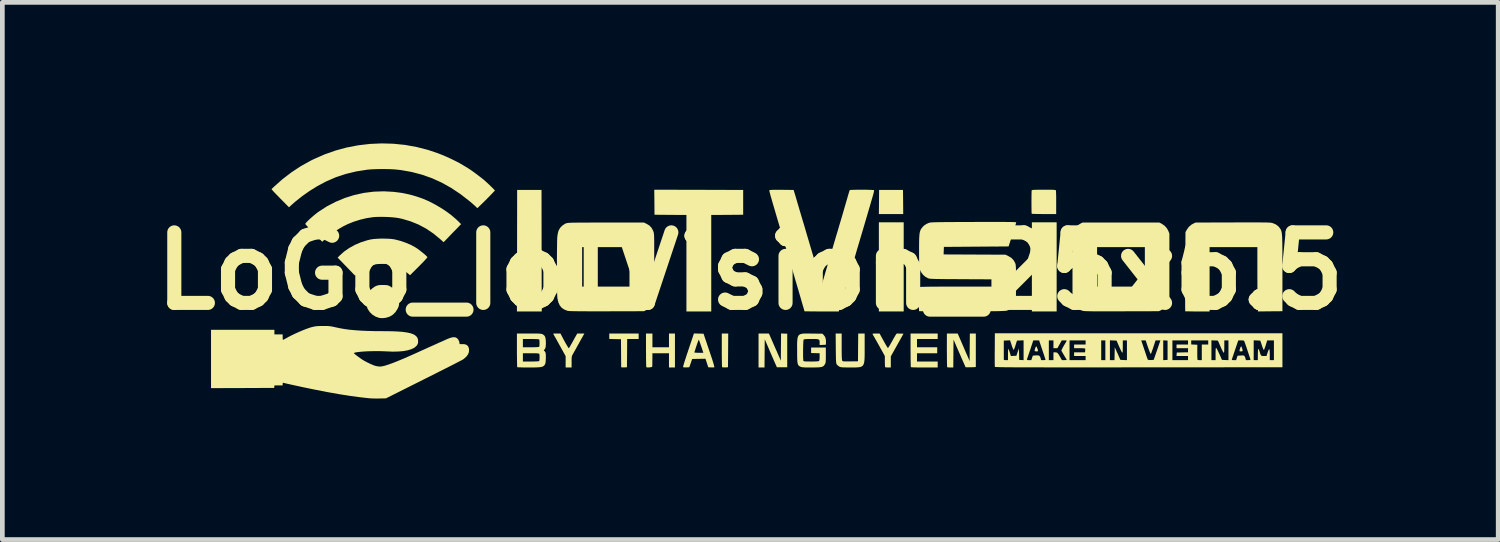
<source format=kicad_pcb>
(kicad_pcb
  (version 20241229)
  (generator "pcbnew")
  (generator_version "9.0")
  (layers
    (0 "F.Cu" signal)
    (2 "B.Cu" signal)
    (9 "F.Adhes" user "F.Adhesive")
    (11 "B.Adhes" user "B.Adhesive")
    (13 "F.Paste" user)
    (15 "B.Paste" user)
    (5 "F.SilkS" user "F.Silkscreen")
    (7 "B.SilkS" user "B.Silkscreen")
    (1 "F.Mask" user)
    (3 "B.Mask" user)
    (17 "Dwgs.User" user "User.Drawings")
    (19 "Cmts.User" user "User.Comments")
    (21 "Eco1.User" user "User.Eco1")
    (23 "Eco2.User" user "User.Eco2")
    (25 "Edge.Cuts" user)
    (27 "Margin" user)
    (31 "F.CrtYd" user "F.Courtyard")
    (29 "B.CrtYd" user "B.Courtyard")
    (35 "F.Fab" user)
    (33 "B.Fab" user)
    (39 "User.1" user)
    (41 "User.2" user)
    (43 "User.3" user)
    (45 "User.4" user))
  (footprint "LoGo_IoTVision_25x6.5"
    (layer "F.Cu")
    (at 12.907 2.714)
    (property "Reference" "LoGo_IoTVision_25x6.5" (at 0 0 0) (layer "F.SilkS") (effects (font (size 1.5 1.5) (thickness 0.3))))
    (attr board_only exclude_from_pos_files exclude_from_bom)
    (fp_poly (pts (xy -4.438 -0.432) (xy -4.435 0.86) (xy -4.699 0.86) (xy -4.963 0.86) (xy -4.96 -0.432) (xy -4.958 -1.724) (xy -4.699 -1.724) (xy -4.44 -1.724)) (stroke (width 0) (type solid)) (fill yes) (layer "F.SilkS"))
    (fp_poly (pts (xy 3.251 -1.468) (xy 3.253 -1.211) (xy 2.994 -1.211) (xy 2.735 -1.211) (xy 2.738 -1.468) (xy 2.74 -1.724) (xy 2.994 -1.724) (xy 3.248 -1.724)) (stroke (width 0) (type solid)) (fill yes) (layer "F.SilkS"))
    (fp_poly (pts (xy 3.263 -0.088) (xy 3.263 0.86) (xy 2.999 0.86) (xy 2.735 0.86) (xy 2.735 -0.088) (xy 2.735 -1.036) (xy 2.999 -1.036) (xy 3.263 -1.036)) (stroke (width 0) (type solid)) (fill yes) (layer "F.SilkS"))
    (fp_poly (pts (xy 6.516 -0.088) (xy 6.516 0.86) (xy 6.252 0.86) (xy 5.989 0.86) (xy 5.989 -0.088) (xy 5.989 -1.036) (xy 6.252 -1.036) (xy 6.516 -1.036)) (stroke (width 0) (type solid)) (fill yes) (layer "F.SilkS"))
    (fp_poly (pts (xy -1.097 -1.727) (xy -0.151 -1.724) (xy -0.151 -1.46) (xy -0.151 -1.197) (xy -0.491 -1.194) (xy -0.83 -1.192) (xy -0.83 -0.166) (xy -0.83 0.86) (xy -1.094 0.86) (xy -1.358 0.86) (xy -1.358 -0.166) (xy -1.358 -1.192) (xy -1.697 -1.194) (xy -2.037 -1.197) (xy -2.039 -1.463) (xy -2.042 -1.729)) (stroke (width 0) (type solid)) (fill yes) (layer "F.SilkS"))
    (fp_poly (pts (xy -0.471 1.688) (xy -0.474 2.047) (xy -0.533 2.05) (xy -0.565 2.05) (xy -0.589 2.048) (xy -0.599 2.045) (xy -0.6 2.034) (xy -0.602 2.006) (xy -0.603 1.963) (xy -0.604 1.906) (xy -0.605 1.839) (xy -0.606 1.764) (xy -0.606 1.684) (xy -0.606 1.329) (xy -0.537 1.329) (xy -0.469 1.329)) (stroke (width 0) (type solid)) (fill yes) (layer "F.SilkS"))
    (fp_poly (pts (xy 6.09 1.611) (xy 6.1 1.631) (xy 6.11 1.658) (xy 6.117 1.683) (xy 6.119 1.701) (xy 6.118 1.704) (xy 6.104 1.709) (xy 6.083 1.71) (xy 6.061 1.707) (xy 6.048 1.702) (xy 6.047 1.7) (xy 6.05 1.678) (xy 6.057 1.651) (xy 6.067 1.625) (xy 6.076 1.607) (xy 6.082 1.602)) (stroke (width 0) (type solid)) (fill yes) (layer "F.SilkS"))
    (fp_poly (pts (xy 10.449 1.611) (xy 10.457 1.632) (xy 10.465 1.658) (xy 10.471 1.684) (xy 10.473 1.699) (xy 10.464 1.706) (xy 10.443 1.709) (xy 10.437 1.71) (xy 10.414 1.708) (xy 10.405 1.702) (xy 10.407 1.686) (xy 10.407 1.683) (xy 10.416 1.648) (xy 10.427 1.62) (xy 10.438 1.604) (xy 10.442 1.602)) (stroke (width 0) (type solid)) (fill yes) (layer "F.SilkS"))
    (fp_poly (pts (xy -2.374 1.387) (xy -2.374 1.446) (xy -2.496 1.446) (xy -2.618 1.446) (xy -2.62 1.746) (xy -2.623 2.047) (xy -2.684 2.05) (xy -2.716 2.05) (xy -2.738 2.048) (xy -2.745 2.045) (xy -2.746 2.033) (xy -2.746 2.005) (xy -2.746 1.962) (xy -2.747 1.907) (xy -2.747 1.842) (xy -2.748 1.77) (xy -2.748 1.744) (xy -2.75 1.451) (xy -2.875 1.448) (xy -2.999 1.445) (xy -2.999 1.387) (xy -2.999 1.329) (xy -2.687 1.329) (xy -2.374 1.329)) (stroke (width 0) (type solid)) (fill yes) (layer "F.SilkS"))
    (fp_poly (pts (xy 0.721 1.331) (xy 0.786 1.333) (xy 0.786 1.69) (xy 0.786 2.047) (xy 0.676 2.047) (xy 0.566 2.047) (xy 0.527 1.959) (xy 0.511 1.923) (xy 0.49 1.874) (xy 0.464 1.815) (xy 0.436 1.75) (xy 0.407 1.684) (xy 0.398 1.661) (xy 0.308 1.452) (xy 0.305 1.752) (xy 0.303 2.052) (xy 0.239 2.052) (xy 0.176 2.052) (xy 0.176 1.69) (xy 0.176 1.329) (xy 0.286 1.329) (xy 0.396 1.329) (xy 0.466 1.487) (xy 0.494 1.552) (xy 0.525 1.623) (xy 0.556 1.692) (xy 0.583 1.754) (xy 0.593 1.777) (xy 0.65 1.907) (xy 0.652 1.617) (xy 0.655 1.328)) (stroke (width 0) (type solid)) (fill yes) (layer "F.SilkS"))
    (fp_poly (pts (xy 3.986 1.387) (xy 3.986 1.446) (xy 3.766 1.446) (xy 3.546 1.446) (xy 3.546 1.534) (xy 3.546 1.622) (xy 3.761 1.622) (xy 3.976 1.622) (xy 3.976 1.685) (xy 3.976 1.749) (xy 3.761 1.749) (xy 3.546 1.749) (xy 3.546 1.837) (xy 3.546 1.925) (xy 3.766 1.925) (xy 3.986 1.925) (xy 3.986 1.988) (xy 3.986 2.052) (xy 3.704 2.052) (xy 3.632 2.051) (xy 3.566 2.051) (xy 3.509 2.05) (xy 3.463 2.049) (xy 3.432 2.047) (xy 3.417 2.045) (xy 3.416 2.045) (xy 3.414 2.034) (xy 3.413 2.006) (xy 3.412 1.962) (xy 3.411 1.906) (xy 3.41 1.839) (xy 3.41 1.764) (xy 3.409 1.684) (xy 3.409 1.329) (xy 3.698 1.329) (xy 3.986 1.329)) (stroke (width 0) (type solid)) (fill yes) (layer "F.SilkS"))
    (fp_poly (pts (xy -2.081 1.475) (xy -2.081 1.622) (xy -1.905 1.622) (xy -1.729 1.622) (xy -1.729 1.475) (xy -1.729 1.329) (xy -1.666 1.329) (xy -1.602 1.329) (xy -1.602 1.69) (xy -1.602 2.052) (xy -1.666 2.052) (xy -1.729 2.052) (xy -1.729 1.9) (xy -1.729 1.749) (xy -1.905 1.749) (xy -2.081 1.749) (xy -2.082 1.885) (xy -2.083 1.936) (xy -2.083 1.98) (xy -2.084 2.013) (xy -2.084 2.032) (xy -2.085 2.034) (xy -2.094 2.041) (xy -2.116 2.046) (xy -2.146 2.05) (xy -2.176 2.051) (xy -2.2 2.049) (xy -2.211 2.045) (xy -2.212 2.034) (xy -2.214 2.006) (xy -2.215 1.963) (xy -2.216 1.906) (xy -2.217 1.839) (xy -2.217 1.764) (xy -2.218 1.684) (xy -2.218 1.329) (xy -2.149 1.329) (xy -2.081 1.329)) (stroke (width 0) (type solid)) (fill yes) (layer "F.SilkS"))
    (fp_poly (pts (xy 6.32 -1.729) (xy 6.38 -1.729) (xy 6.425 -1.728) (xy 6.458 -1.726) (xy 6.479 -1.724) (xy 6.492 -1.721) (xy 6.499 -1.717) (xy 6.5 -1.714) (xy 6.502 -1.7) (xy 6.503 -1.67) (xy 6.505 -1.625) (xy 6.506 -1.57) (xy 6.506 -1.507) (xy 6.506 -1.455) (xy 6.506 -1.211) (xy 6.248 -1.211) (xy 6.179 -1.212) (xy 6.117 -1.212) (xy 6.063 -1.214) (xy 6.022 -1.215) (xy 5.995 -1.217) (xy 5.985 -1.219) (xy 5.984 -1.231) (xy 5.982 -1.259) (xy 5.982 -1.3) (xy 5.981 -1.351) (xy 5.981 -1.408) (xy 5.98 -1.469) (xy 5.981 -1.529) (xy 5.981 -1.586) (xy 5.982 -1.637) (xy 5.983 -1.677) (xy 5.984 -1.705) (xy 5.985 -1.716) (xy 5.99 -1.72) (xy 6.002 -1.723) (xy 6.024 -1.726) (xy 6.056 -1.727) (xy 6.102 -1.728) (xy 6.164 -1.729) (xy 6.243 -1.729)) (stroke (width 0) (type solid)) (fill yes) (layer "F.SilkS"))
    (fp_poly (pts (xy -7.768 0.298) (xy -7.734 0.3) (xy -7.708 0.305) (xy -7.685 0.313) (xy -7.66 0.326) (xy -7.596 0.37) (xy -7.54 0.428) (xy -7.497 0.495) (xy -7.496 0.496) (xy -7.483 0.526) (xy -7.475 0.552) (xy -7.47 0.582) (xy -7.469 0.622) (xy -7.469 0.645) (xy -7.469 0.691) (xy -7.472 0.724) (xy -7.478 0.751) (xy -7.489 0.779) (xy -7.501 0.803) (xy -7.546 0.874) (xy -7.603 0.93) (xy -7.672 0.971) (xy -7.751 0.995) (xy -7.8 1.001) (xy -7.839 1.002) (xy -7.877 0.999) (xy -7.896 0.996) (xy -7.973 0.968) (xy -8.039 0.926) (xy -8.093 0.873) (xy -8.134 0.812) (xy -8.161 0.744) (xy -8.174 0.672) (xy -8.172 0.599) (xy -8.154 0.527) (xy -8.12 0.458) (xy -8.082 0.41) (xy -8.038 0.368) (xy -7.991 0.335) (xy -7.973 0.325) (xy -7.946 0.313) (xy -7.921 0.305) (xy -7.894 0.3) (xy -7.858 0.298) (xy -7.815 0.298)) (stroke (width 0) (type solid)) (fill yes) (layer "F.SilkS"))
    (fp_poly (pts (xy 4.478 1.482) (xy 4.506 1.548) (xy 4.538 1.621) (xy 4.569 1.694) (xy 4.597 1.759) (xy 4.605 1.775) (xy 4.665 1.915) (xy 4.667 1.622) (xy 4.67 1.329) (xy 4.733 1.329) (xy 4.797 1.329) (xy 4.797 1.68) (xy 4.797 1.761) (xy 4.797 1.836) (xy 4.797 1.903) (xy 4.797 1.959) (xy 4.797 2.001) (xy 4.797 2.029) (xy 4.797 2.039) (xy 4.788 2.042) (xy 4.763 2.045) (xy 4.726 2.046) (xy 4.688 2.047) (xy 4.58 2.047) (xy 4.502 1.871) (xy 4.474 1.806) (xy 4.444 1.737) (xy 4.415 1.671) (xy 4.389 1.612) (xy 4.374 1.576) (xy 4.323 1.458) (xy 4.32 1.755) (xy 4.318 2.052) (xy 4.256 2.052) (xy 4.223 2.051) (xy 4.198 2.048) (xy 4.188 2.045) (xy 4.186 2.034) (xy 4.185 2.006) (xy 4.184 1.962) (xy 4.183 1.906) (xy 4.182 1.839) (xy 4.182 1.764) (xy 4.181 1.683) (xy 4.182 1.329) (xy 4.297 1.329) (xy 4.411 1.329)) (stroke (width 0) (type solid)) (fill yes) (layer "F.SilkS"))
    (fp_poly (pts (xy 2.75 1.329) (xy 2.834 1.482) (xy 2.862 1.532) (xy 2.886 1.575) (xy 2.907 1.609) (xy 2.921 1.631) (xy 2.927 1.638) (xy 2.934 1.631) (xy 2.949 1.609) (xy 2.97 1.575) (xy 2.994 1.532) (xy 3.019 1.489) (xy 3.046 1.439) (xy 3.071 1.396) (xy 3.091 1.362) (xy 3.106 1.339) (xy 3.112 1.332) (xy 3.127 1.33) (xy 3.155 1.33) (xy 3.191 1.331) (xy 3.191 1.331) (xy 3.259 1.333) (xy 3.177 1.48) (xy 3.145 1.537) (xy 3.111 1.598) (xy 3.079 1.655) (xy 3.052 1.703) (xy 3.042 1.721) (xy 2.989 1.816) (xy 2.989 1.934) (xy 2.989 2.052) (xy 2.932 2.052) (xy 2.901 2.05) (xy 2.877 2.048) (xy 2.869 2.045) (xy 2.866 2.033) (xy 2.864 2.006) (xy 2.863 1.967) (xy 2.862 1.924) (xy 2.862 1.809) (xy 2.744 1.595) (xy 2.711 1.536) (xy 2.68 1.481) (xy 2.653 1.434) (xy 2.632 1.396) (xy 2.617 1.372) (xy 2.612 1.363) (xy 2.602 1.345) (xy 2.599 1.336) (xy 2.608 1.333) (xy 2.631 1.33) (xy 2.665 1.329) (xy 2.674 1.329)) (stroke (width 0) (type solid)) (fill yes) (layer "F.SilkS"))
    (fp_poly (pts (xy -4.018 1.365) (xy -3.989 1.421) (xy -3.96 1.476) (xy -3.932 1.527) (xy -3.906 1.572) (xy -3.885 1.607) (xy -3.869 1.631) (xy -3.861 1.641) (xy -3.86 1.641) (xy -3.852 1.633) (xy -3.839 1.614) (xy -3.834 1.605) (xy -3.822 1.582) (xy -3.802 1.548) (xy -3.778 1.505) (xy -3.752 1.458) (xy -3.747 1.448) (xy -3.68 1.329) (xy -3.604 1.329) (xy -3.528 1.329) (xy -3.614 1.482) (xy -3.644 1.537) (xy -3.674 1.59) (xy -3.7 1.638) (xy -3.721 1.676) (xy -3.732 1.695) (xy -3.752 1.73) (xy -3.77 1.763) (xy -3.782 1.783) (xy -3.79 1.799) (xy -3.795 1.82) (xy -3.799 1.849) (xy -3.8 1.891) (xy -3.8 1.932) (xy -3.8 2.052) (xy -3.864 2.052) (xy -3.927 2.052) (xy -3.927 1.931) (xy -3.927 1.81) (xy -4.024 1.635) (xy -4.056 1.577) (xy -4.087 1.521) (xy -4.115 1.47) (xy -4.139 1.428) (xy -4.155 1.399) (xy -4.156 1.399) (xy -4.173 1.368) (xy -4.185 1.345) (xy -4.191 1.333) (xy -4.191 1.333) (xy -4.182 1.331) (xy -4.158 1.329) (xy -4.124 1.329) (xy -4.114 1.329) (xy -4.037 1.329)) (stroke (width 0) (type solid)) (fill yes) (layer "F.SilkS"))
    (fp_poly (pts (xy 1.944 1.61) (xy 1.944 1.699) (xy 1.945 1.769) (xy 1.946 1.823) (xy 1.948 1.863) (xy 1.951 1.89) (xy 1.955 1.905) (xy 1.956 1.908) (xy 1.963 1.915) (xy 1.974 1.919) (xy 1.992 1.922) (xy 2.02 1.923) (xy 2.061 1.923) (xy 2.119 1.923) (xy 2.13 1.922) (xy 2.291 1.92) (xy 2.293 1.624) (xy 2.296 1.329) (xy 2.364 1.329) (xy 2.433 1.329) (xy 2.433 1.637) (xy 2.433 1.738) (xy 2.432 1.821) (xy 2.429 1.888) (xy 2.423 1.941) (xy 2.412 1.98) (xy 2.396 2.009) (xy 2.372 2.029) (xy 2.339 2.042) (xy 2.297 2.048) (xy 2.244 2.051) (xy 2.178 2.052) (xy 2.122 2.052) (xy 2.054 2.051) (xy 2.002 2.05) (xy 1.963 2.049) (xy 1.936 2.046) (xy 1.916 2.042) (xy 1.901 2.037) (xy 1.896 2.034) (xy 1.867 2.015) (xy 1.843 1.991) (xy 1.842 1.99) (xy 1.837 1.981) (xy 1.832 1.972) (xy 1.829 1.958) (xy 1.826 1.939) (xy 1.824 1.912) (xy 1.822 1.875) (xy 1.821 1.826) (xy 1.82 1.762) (xy 1.819 1.682) (xy 1.819 1.645) (xy 1.816 1.329) (xy 1.88 1.329) (xy 1.944 1.329)) (stroke (width 0) (type solid)) (fill yes) (layer "F.SilkS"))
    (fp_poly (pts (xy -1.096 1.331) (xy -0.994 1.333) (xy -0.874 1.688) (xy -0.841 1.786) (xy -0.814 1.866) (xy -0.794 1.93) (xy -0.779 1.979) (xy -0.77 2.014) (xy -0.765 2.036) (xy -0.765 2.047) (xy -0.766 2.048) (xy -0.782 2.05) (xy -0.811 2.05) (xy -0.836 2.05) (xy -0.894 2.047) (xy -0.923 1.956) (xy -0.953 1.866) (xy -1.094 1.868) (xy -1.236 1.871) (xy -1.266 1.959) (xy -1.297 2.047) (xy -1.361 2.05) (xy -1.394 2.05) (xy -1.419 2.047) (xy -1.43 2.043) (xy -1.428 2.032) (xy -1.421 2.005) (xy -1.409 1.963) (xy -1.392 1.909) (xy -1.371 1.845) (xy -1.348 1.773) (xy -1.332 1.727) (xy -1.189 1.727) (xy -1.186 1.733) (xy -1.171 1.736) (xy -1.142 1.738) (xy -1.096 1.739) (xy -0.998 1.739) (xy -1.042 1.605) (xy -1.059 1.556) (xy -1.073 1.515) (xy -1.085 1.483) (xy -1.092 1.465) (xy -1.094 1.463) (xy -1.099 1.469) (xy -1.109 1.49) (xy -1.121 1.524) (xy -1.137 1.568) (xy -1.142 1.585) (xy -1.158 1.633) (xy -1.171 1.675) (xy -1.182 1.706) (xy -1.188 1.725) (xy -1.189 1.727) (xy -1.332 1.727) (xy -1.321 1.694) (xy -1.317 1.681) (xy -1.198 1.328)) (stroke (width 0) (type solid)) (fill yes) (layer "F.SilkS"))
    (fp_poly (pts (xy -7.709 -0.687) (xy -7.634 -0.682) (xy -7.572 -0.674) (xy -7.559 -0.671) (xy -7.448 -0.643) (xy -7.336 -0.605) (xy -7.228 -0.56) (xy -7.131 -0.508) (xy -7.097 -0.487) (xy -7.061 -0.462) (xy -7.019 -0.43) (xy -6.976 -0.396) (xy -6.935 -0.362) (xy -6.903 -0.334) (xy -6.888 -0.319) (xy -6.865 -0.294) (xy -6.905 -0.247) (xy -6.924 -0.226) (xy -6.954 -0.194) (xy -6.993 -0.154) (xy -7.037 -0.109) (xy -7.083 -0.062) (xy -7.091 -0.055) (xy -7.237 0.09) (xy -7.279 0.052) (xy -7.379 -0.025) (xy -7.488 -0.085) (xy -7.606 -0.129) (xy -7.607 -0.129) (xy -7.646 -0.139) (xy -7.683 -0.145) (xy -7.725 -0.149) (xy -7.778 -0.151) (xy -7.815 -0.151) (xy -7.877 -0.15) (xy -7.924 -0.148) (xy -7.964 -0.143) (xy -8.001 -0.135) (xy -8.023 -0.129) (xy -8.088 -0.107) (xy -8.156 -0.078) (xy -8.222 -0.044) (xy -8.281 -0.009) (xy -8.328 0.025) (xy -8.335 0.032) (xy -8.351 0.046) (xy -8.373 0.066) (xy -8.378 0.07) (xy -8.407 0.097) (xy -8.591 -0.094) (xy -8.776 -0.285) (xy -8.733 -0.329) (xy -8.639 -0.413) (xy -8.53 -0.489) (xy -8.409 -0.556) (xy -8.278 -0.612) (xy -8.141 -0.655) (xy -8.079 -0.67) (xy -8.023 -0.679) (xy -7.952 -0.685) (xy -7.873 -0.689) (xy -7.79 -0.689)) (stroke (width 0) (type solid)) (fill yes) (layer "F.SilkS"))
    (fp_poly (pts (xy 8.748 -1.007) (xy 8.81 -0.965) (xy 8.86 -0.91) (xy 8.892 -0.852) (xy 8.914 -0.796) (xy 8.914 -0.088) (xy 8.914 0.62) (xy 8.893 0.674) (xy 8.856 0.74) (xy 8.805 0.792) (xy 8.745 0.829) (xy 8.69 0.855) (xy 7.898 0.857) (xy 7.755 0.857) (xy 7.63 0.857) (xy 7.522 0.858) (xy 7.43 0.858) (xy 7.351 0.857) (xy 7.285 0.857) (xy 7.231 0.856) (xy 7.187 0.855) (xy 7.152 0.854) (xy 7.123 0.853) (xy 7.102 0.851) (xy 7.084 0.849) (xy 7.07 0.846) (xy 7.058 0.843) (xy 7.048 0.84) (xy 6.988 0.814) (xy 6.94 0.777) (xy 6.902 0.726) (xy 6.885 0.696) (xy 6.853 0.631) (xy 6.853 -0.083) (xy 6.853 -0.088) (xy 7.376 -0.088) (xy 7.376 0.332) (xy 7.884 0.332) (xy 8.392 0.332) (xy 8.392 -0.088) (xy 8.392 -0.508) (xy 7.884 -0.508) (xy 7.376 -0.508) (xy 7.376 -0.088) (xy 6.853 -0.088) (xy 6.853 -0.219) (xy 6.853 -0.337) (xy 6.853 -0.438) (xy 6.854 -0.524) (xy 6.854 -0.596) (xy 6.855 -0.655) (xy 6.856 -0.703) (xy 6.857 -0.742) (xy 6.859 -0.773) (xy 6.861 -0.796) (xy 6.863 -0.814) (xy 6.865 -0.828) (xy 6.869 -0.84) (xy 6.871 -0.846) (xy 6.903 -0.909) (xy 6.951 -0.963) (xy 7.012 -1.003) (xy 7.012 -1.003) (xy 7.068 -1.031) (xy 7.884 -1.031) (xy 8.7 -1.031)) (stroke (width 0) (type solid)) (fill yes) (layer "F.SilkS"))
    (fp_poly (pts (xy -7.576 -1.683) (xy -7.403 -1.66) (xy -7.302 -1.639) (xy -7.194 -1.613) (xy -7.086 -1.581) (xy -6.988 -1.547) (xy -6.961 -1.537) (xy -6.835 -1.483) (xy -6.708 -1.417) (xy -6.582 -1.344) (xy -6.462 -1.265) (xy -6.351 -1.182) (xy -6.254 -1.099) (xy -6.209 -1.056) (xy -6.151 -0.997) (xy -6.233 -0.911) (xy -6.272 -0.871) (xy -6.319 -0.823) (xy -6.369 -0.772) (xy -6.415 -0.724) (xy -6.419 -0.719) (xy -6.523 -0.613) (xy -6.59 -0.674) (xy -6.739 -0.797) (xy -6.895 -0.902) (xy -7.058 -0.989) (xy -7.229 -1.058) (xy -7.409 -1.111) (xy -7.471 -1.124) (xy -7.532 -1.134) (xy -7.608 -1.142) (xy -7.694 -1.148) (xy -7.783 -1.151) (xy -7.872 -1.152) (xy -7.954 -1.15) (xy -8.025 -1.145) (xy -8.038 -1.143) (xy -8.166 -1.123) (xy -8.299 -1.091) (xy -8.43 -1.05) (xy -8.553 -1.001) (xy -8.656 -0.951) (xy -8.727 -0.91) (xy -8.795 -0.868) (xy -8.862 -0.82) (xy -8.934 -0.766) (xy -9.012 -0.702) (xy -9.063 -0.659) (xy -9.105 -0.623) (xy -9.283 -0.806) (xy -9.331 -0.856) (xy -9.375 -0.901) (xy -9.411 -0.94) (xy -9.44 -0.971) (xy -9.458 -0.992) (xy -9.464 -1.001) (xy -9.459 -1.013) (xy -9.44 -1.035) (xy -9.412 -1.065) (xy -9.375 -1.1) (xy -9.333 -1.138) (xy -9.289 -1.176) (xy -9.244 -1.213) (xy -9.202 -1.246) (xy -9.185 -1.258) (xy -9.005 -1.375) (xy -8.816 -1.473) (xy -8.621 -1.554) (xy -8.42 -1.617) (xy -8.214 -1.662) (xy -8.004 -1.688) (xy -7.791 -1.695)) (stroke (width 0) (type solid)) (fill yes) (layer "F.SilkS"))
    (fp_poly (pts (xy 10.737 -1.034) (xy 10.817 -1.034) (xy 10.884 -1.033) (xy 10.939 -1.033) (xy 10.984 -1.032) (xy 11.02 -1.03) (xy 11.048 -1.029) (xy 11.07 -1.027) (xy 11.086 -1.025) (xy 11.099 -1.022) (xy 11.105 -1.021) (xy 11.176 -0.992) (xy 11.231 -0.951) (xy 11.263 -0.912) (xy 11.272 -0.898) (xy 11.281 -0.884) (xy 11.288 -0.87) (xy 11.294 -0.854) (xy 11.299 -0.834) (xy 11.304 -0.811) (xy 11.307 -0.781) (xy 11.31 -0.745) (xy 11.313 -0.7) (xy 11.314 -0.645) (xy 11.316 -0.579) (xy 11.317 -0.501) (xy 11.317 -0.409) (xy 11.317 -0.303) (xy 11.318 -0.18) (xy 11.318 -0.04) (xy 11.318 0.044) (xy 11.318 0.855) (xy 11.058 0.857) (xy 10.798 0.86) (xy 10.792 0.75) (xy 10.79 0.72) (xy 10.789 0.672) (xy 10.788 0.609) (xy 10.787 0.533) (xy 10.787 0.447) (xy 10.786 0.351) (xy 10.786 0.249) (xy 10.785 0.143) (xy 10.785 0.066) (xy 10.785 -0.508) (xy 10.277 -0.508) (xy 9.769 -0.508) (xy 9.769 0.176) (xy 9.769 0.86) (xy 9.512 0.86) (xy 9.443 0.86) (xy 9.381 0.859) (xy 9.328 0.858) (xy 9.287 0.858) (xy 9.26 0.857) (xy 9.251 0.856) (xy 9.25 0.845) (xy 9.25 0.817) (xy 9.249 0.772) (xy 9.249 0.712) (xy 9.249 0.638) (xy 9.249 0.551) (xy 9.25 0.454) (xy 9.25 0.347) (xy 9.25 0.231) (xy 9.251 0.109) (xy 9.251 0.013) (xy 9.256 -0.826) (xy 9.282 -0.874) (xy 9.326 -0.937) (xy 9.381 -0.985) (xy 9.422 -1.008) (xy 9.471 -1.031) (xy 10.262 -1.033) (xy 10.407 -1.034) (xy 10.533 -1.034) (xy 10.643 -1.034)) (stroke (width 0) (type solid)) (fill yes) (layer "F.SilkS"))
    (fp_poly (pts (xy -7.591 -2.707) (xy -7.343 -2.682) (xy -7.098 -2.638) (xy -6.856 -2.576) (xy -6.653 -2.508) (xy -6.56 -2.472) (xy -6.461 -2.43) (xy -6.363 -2.385) (xy -6.269 -2.339) (xy -6.184 -2.295) (xy -6.114 -2.254) (xy -6.088 -2.238) (xy -6.052 -2.217) (xy -6.014 -2.194) (xy -6.009 -2.19) (xy -5.969 -2.165) (xy -5.918 -2.13) (xy -5.861 -2.089) (xy -5.802 -2.045) (xy -5.746 -2.002) (xy -5.696 -1.963) (xy -5.661 -1.935) (xy -5.63 -1.907) (xy -5.593 -1.873) (xy -5.555 -1.838) (xy -5.518 -1.802) (xy -5.484 -1.769) (xy -5.457 -1.741) (xy -5.438 -1.721) (xy -5.432 -1.712) (xy -5.438 -1.703) (xy -5.457 -1.684) (xy -5.485 -1.654) (xy -5.52 -1.618) (xy -5.56 -1.577) (xy -5.603 -1.533) (xy -5.647 -1.489) (xy -5.69 -1.447) (xy -5.729 -1.409) (xy -5.762 -1.377) (xy -5.786 -1.353) (xy -5.801 -1.34) (xy -5.804 -1.338) (xy -5.813 -1.345) (xy -5.83 -1.361) (xy -5.833 -1.364) (xy -5.849 -1.38) (xy -5.876 -1.404) (xy -5.912 -1.436) (xy -5.953 -1.471) (xy -5.97 -1.485) (xy -6.163 -1.635) (xy -6.359 -1.766) (xy -6.561 -1.879) (xy -6.767 -1.973) (xy -6.98 -2.048) (xy -7.199 -2.106) (xy -7.424 -2.146) (xy -7.483 -2.153) (xy -7.564 -2.161) (xy -7.659 -2.166) (xy -7.761 -2.168) (xy -7.867 -2.168) (xy -7.969 -2.166) (xy -8.064 -2.162) (xy -8.145 -2.155) (xy -8.152 -2.154) (xy -8.381 -2.118) (xy -8.601 -2.065) (xy -8.813 -1.995) (xy -9.018 -1.906) (xy -9.034 -1.898) (xy -9.203 -1.808) (xy -9.371 -1.704) (xy -9.534 -1.589) (xy -9.686 -1.468) (xy -9.768 -1.395) (xy -9.81 -1.355) (xy -9.953 -1.499) (xy -10 -1.546) (xy -10.044 -1.592) (xy -10.084 -1.633) (xy -10.117 -1.667) (xy -10.138 -1.69) (xy -10.14 -1.692) (xy -10.183 -1.741) (xy -10.13 -1.792) (xy -9.948 -1.954) (xy -9.757 -2.1) (xy -9.556 -2.232) (xy -9.341 -2.351) (xy -9.286 -2.378) (xy -9.057 -2.479) (xy -8.822 -2.562) (xy -8.582 -2.627) (xy -8.337 -2.674) (xy -8.089 -2.703) (xy -7.84 -2.714)) (stroke (width 0) (type solid)) (fill yes) (layer "F.SilkS"))
    (fp_poly (pts (xy -2.208 -1.005) (xy -2.145 -0.967) (xy -2.098 -0.917) (xy -2.065 -0.854) (xy -2.063 -0.847) (xy -2.059 -0.835) (xy -2.055 -0.824) (xy -2.052 -0.811) (xy -2.05 -0.796) (xy -2.048 -0.776) (xy -2.046 -0.751) (xy -2.045 -0.719) (xy -2.044 -0.679) (xy -2.043 -0.629) (xy -2.043 -0.567) (xy -2.043 -0.493) (xy -2.043 -0.405) (xy -2.043 -0.301) (xy -2.044 -0.181) (xy -2.044 -0.073) (xy -2.047 0.64) (xy -2.072 0.694) (xy -2.105 0.749) (xy -2.145 0.791) (xy -2.198 0.825) (xy -2.208 0.829) (xy -2.262 0.855) (xy -3.053 0.857) (xy -3.204 0.857) (xy -3.338 0.857) (xy -3.453 0.857) (xy -3.553 0.856) (xy -3.637 0.856) (xy -3.707 0.855) (xy -3.764 0.854) (xy -3.809 0.853) (xy -3.844 0.851) (xy -3.868 0.849) (xy -3.884 0.847) (xy -3.888 0.846) (xy -3.957 0.819) (xy -4.012 0.781) (xy -4.053 0.73) (xy -4.082 0.665) (xy -4.101 0.585) (xy -4.103 0.564) (xy -4.105 0.537) (xy -4.107 0.492) (xy -4.109 0.432) (xy -4.11 0.36) (xy -4.111 0.277) (xy -4.112 0.185) (xy -4.112 0.088) (xy -4.112 -0.014) (xy -4.112 -0.088) (xy -3.576 -0.088) (xy -3.576 0.332) (xy -3.072 0.332) (xy -2.569 0.332) (xy -2.569 -0.088) (xy -2.569 -0.508) (xy -3.072 -0.508) (xy -3.576 -0.508) (xy -3.576 -0.088) (xy -4.112 -0.088) (xy -4.112 -0.117) (xy -4.112 -0.219) (xy -4.112 -0.319) (xy -4.111 -0.413) (xy -4.11 -0.5) (xy -4.109 -0.578) (xy -4.108 -0.643) (xy -4.106 -0.695) (xy -4.104 -0.73) (xy -4.103 -0.74) (xy -4.096 -0.785) (xy -4.086 -0.83) (xy -4.074 -0.866) (xy -4.073 -0.869) (xy -4.041 -0.922) (xy -3.994 -0.969) (xy -3.939 -1.005) (xy -3.922 -1.012) (xy -3.912 -1.015) (xy -3.902 -1.018) (xy -3.889 -1.021) (xy -3.872 -1.023) (xy -3.851 -1.025) (xy -3.822 -1.026) (xy -3.787 -1.028) (xy -3.742 -1.028) (xy -3.686 -1.029) (xy -3.62 -1.03) (xy -3.54 -1.03) (xy -3.445 -1.03) (xy -3.336 -1.031) (xy -3.209 -1.031) (xy -3.068 -1.031) (xy -2.262 -1.031)) (stroke (width 0) (type solid)) (fill yes) (layer "F.SilkS"))
    (fp_poly (pts (xy 1.236 1.329) (xy 1.314 1.331) (xy 1.533 1.333) (xy 1.563 1.362) (xy 1.593 1.404) (xy 1.608 1.459) (xy 1.61 1.517) (xy 1.607 1.568) (xy 1.541 1.571) (xy 1.475 1.574) (xy 1.475 1.529) (xy 1.475 1.499) (xy 1.472 1.478) (xy 1.464 1.463) (xy 1.448 1.454) (xy 1.421 1.448) (xy 1.381 1.446) (xy 1.325 1.446) (xy 1.301 1.446) (xy 1.233 1.446) (xy 1.184 1.448) (xy 1.152 1.452) (xy 1.136 1.457) (xy 1.135 1.458) (xy 1.132 1.47) (xy 1.129 1.499) (xy 1.127 1.54) (xy 1.125 1.59) (xy 1.124 1.647) (xy 1.123 1.705) (xy 1.123 1.762) (xy 1.123 1.814) (xy 1.125 1.859) (xy 1.127 1.891) (xy 1.129 1.909) (xy 1.129 1.909) (xy 1.134 1.915) (xy 1.145 1.919) (xy 1.164 1.922) (xy 1.196 1.924) (xy 1.241 1.924) (xy 1.294 1.925) (xy 1.362 1.924) (xy 1.412 1.922) (xy 1.445 1.919) (xy 1.462 1.914) (xy 1.463 1.913) (xy 1.47 1.896) (xy 1.474 1.864) (xy 1.475 1.825) (xy 1.475 1.749) (xy 1.385 1.747) (xy 1.294 1.744) (xy 1.294 1.685) (xy 1.294 1.627) (xy 1.451 1.627) (xy 1.607 1.627) (xy 1.607 1.788) (xy 1.607 1.849) (xy 1.606 1.894) (xy 1.604 1.926) (xy 1.601 1.949) (xy 1.596 1.966) (xy 1.589 1.981) (xy 1.587 1.983) (xy 1.573 2.004) (xy 1.558 2.021) (xy 1.538 2.033) (xy 1.512 2.041) (xy 1.476 2.047) (xy 1.428 2.05) (xy 1.365 2.051) (xy 1.299 2.052) (xy 1.229 2.051) (xy 1.176 2.051) (xy 1.137 2.049) (xy 1.108 2.046) (xy 1.087 2.043) (xy 1.072 2.038) (xy 1.065 2.034) (xy 1.046 2.024) (xy 1.031 2.012) (xy 1.019 1.997) (xy 1.011 1.976) (xy 1.004 1.947) (xy 1 1.907) (xy 0.998 1.856) (xy 0.997 1.79) (xy 0.997 1.706) (xy 0.997 1.685) (xy 0.996 1.592) (xy 0.997 1.517) (xy 1.001 1.457) (xy 1.009 1.411) (xy 1.022 1.378) (xy 1.043 1.355) (xy 1.074 1.34) (xy 1.115 1.332) (xy 1.168 1.329)) (stroke (width 0) (type solid)) (fill yes) (layer "F.SilkS"))
    (fp_poly (pts (xy -4.706 1.329) (xy -4.627 1.329) (xy -4.565 1.329) (xy -4.517 1.33) (xy -4.482 1.332) (xy -4.456 1.334) (xy -4.437 1.338) (xy -4.423 1.342) (xy -4.416 1.346) (xy -4.387 1.365) (xy -4.367 1.391) (xy -4.355 1.428) (xy -4.349 1.479) (xy -4.347 1.527) (xy -4.349 1.584) (xy -4.354 1.625) (xy -4.364 1.653) (xy -4.379 1.671) (xy -4.384 1.674) (xy -4.391 1.682) (xy -4.385 1.694) (xy -4.378 1.701) (xy -4.364 1.717) (xy -4.355 1.735) (xy -4.35 1.762) (xy -4.348 1.799) (xy -4.348 1.85) (xy -4.349 1.868) (xy -4.351 1.917) (xy -4.355 1.951) (xy -4.361 1.974) (xy -4.369 1.991) (xy -4.372 1.995) (xy -4.385 2.011) (xy -4.401 2.024) (xy -4.42 2.034) (xy -4.447 2.041) (xy -4.482 2.046) (xy -4.529 2.049) (xy -4.589 2.051) (xy -4.666 2.051) (xy -4.707 2.052) (xy -4.774 2.051) (xy -4.835 2.051) (xy -4.886 2.049) (xy -4.925 2.048) (xy -4.949 2.046) (xy -4.956 2.045) (xy -4.958 2.034) (xy -4.959 2.006) (xy -4.96 1.962) (xy -4.961 1.906) (xy -4.962 1.839) (xy -4.962 1.837) (xy -4.836 1.837) (xy -4.836 1.925) (xy -4.665 1.925) (xy -4.598 1.924) (xy -4.546 1.922) (xy -4.51 1.92) (xy -4.491 1.916) (xy -4.489 1.914) (xy -4.485 1.898) (xy -4.482 1.869) (xy -4.481 1.834) (xy -4.482 1.8) (xy -4.484 1.773) (xy -4.487 1.761) (xy -4.496 1.756) (xy -4.517 1.753) (xy -4.552 1.75) (xy -4.602 1.749) (xy -4.665 1.749) (xy -4.836 1.749) (xy -4.836 1.837) (xy -4.962 1.837) (xy -4.963 1.764) (xy -4.963 1.684) (xy -4.963 1.534) (xy -4.836 1.534) (xy -4.836 1.622) (xy -4.665 1.622) (xy -4.592 1.621) (xy -4.538 1.619) (xy -4.504 1.616) (xy -4.489 1.612) (xy -4.488 1.611) (xy -4.485 1.595) (xy -4.483 1.567) (xy -4.482 1.532) (xy -4.483 1.498) (xy -4.485 1.47) (xy -4.489 1.456) (xy -4.501 1.452) (xy -4.532 1.449) (xy -4.579 1.447) (xy -4.643 1.446) (xy -4.665 1.446) (xy -4.836 1.446) (xy -4.836 1.534) (xy -4.963 1.534) (xy -4.963 1.329)) (stroke (width 0) (type solid)) (fill yes) (layer "F.SilkS"))
    (fp_poly (pts (xy 2.426 -1.728) (xy 2.485 -1.728) (xy 2.538 -1.726) (xy 2.583 -1.725) (xy 2.615 -1.722) (xy 2.631 -1.72) (xy 2.633 -1.719) (xy 2.633 -1.706) (xy 2.628 -1.679) (xy 2.619 -1.642) (xy 2.61 -1.61) (xy 2.592 -1.547) (xy 2.569 -1.469) (xy 2.543 -1.379) (xy 2.514 -1.281) (xy 2.484 -1.178) (xy 2.453 -1.073) (xy 2.423 -0.971) (xy 2.394 -0.873) (xy 2.368 -0.785) (xy 2.345 -0.708) (xy 2.345 -0.708) (xy 2.322 -0.63) (xy 2.296 -0.543) (xy 2.27 -0.456) (xy 2.246 -0.373) (xy 2.225 -0.301) (xy 2.222 -0.293) (xy 2.207 -0.241) (xy 2.187 -0.173) (xy 2.164 -0.093) (xy 2.137 -0.005) (xy 2.11 0.089) (xy 2.081 0.186) (xy 2.053 0.281) (xy 2.047 0.303) (xy 2.02 0.391) (xy 1.995 0.477) (xy 1.972 0.557) (xy 1.95 0.629) (xy 1.932 0.691) (xy 1.918 0.74) (xy 1.908 0.774) (xy 1.905 0.784) (xy 1.883 0.86) (xy 1.518 0.86) (xy 1.435 0.86) (xy 1.36 0.859) (xy 1.292 0.859) (xy 1.236 0.858) (xy 1.193 0.858) (xy 1.164 0.857) (xy 1.153 0.856) (xy 1.153 0.856) (xy 1.15 0.846) (xy 1.143 0.819) (xy 1.131 0.778) (xy 1.115 0.724) (xy 1.096 0.659) (xy 1.075 0.586) (xy 1.052 0.507) (xy 1.046 0.487) (xy 1.026 0.417) (xy 1.005 0.347) (xy 0.984 0.275) (xy 0.962 0.201) (xy 0.939 0.122) (xy 0.914 0.037) (xy 0.887 -0.055) (xy 0.857 -0.156) (xy 0.825 -0.266) (xy 0.789 -0.388) (xy 0.749 -0.522) (xy 0.705 -0.671) (xy 0.657 -0.835) (xy 0.603 -1.016) (xy 0.583 -1.084) (xy 0.546 -1.209) (xy 0.515 -1.316) (xy 0.488 -1.407) (xy 0.466 -1.483) (xy 0.448 -1.546) (xy 0.433 -1.596) (xy 0.423 -1.636) (xy 0.415 -1.666) (xy 0.41 -1.688) (xy 0.407 -1.704) (xy 0.406 -1.714) (xy 0.407 -1.719) (xy 0.408 -1.721) (xy 0.42 -1.723) (xy 0.449 -1.725) (xy 0.492 -1.727) (xy 0.547 -1.727) (xy 0.611 -1.728) (xy 0.669 -1.727) (xy 0.922 -1.724) (xy 0.934 -1.685) (xy 0.94 -1.664) (xy 0.951 -1.628) (xy 0.966 -1.58) (xy 0.982 -1.523) (xy 1.001 -1.461) (xy 1.006 -1.441) (xy 1.027 -1.372) (xy 1.047 -1.302) (xy 1.067 -1.236) (xy 1.084 -1.177) (xy 1.098 -1.132) (xy 1.099 -1.128) (xy 1.109 -1.094) (xy 1.124 -1.045) (xy 1.143 -0.982) (xy 1.165 -0.908) (xy 1.188 -0.828) (xy 1.213 -0.743) (xy 1.239 -0.656) (xy 1.241 -0.65) (xy 1.282 -0.51) (xy 1.321 -0.378) (xy 1.358 -0.255) (xy 1.392 -0.141) (xy 1.422 -0.039) (xy 1.449 0.052) (xy 1.473 0.13) (xy 1.492 0.193) (xy 1.507 0.242) (xy 1.518 0.274) (xy 1.523 0.289) (xy 1.523 0.29) (xy 1.526 0.278) (xy 1.534 0.252) (xy 1.544 0.214) (xy 1.557 0.169) (xy 1.558 0.166) (xy 1.579 0.096) (xy 1.602 0.016) (xy 1.628 -0.072) (xy 1.656 -0.167) (xy 1.685 -0.266) (xy 1.715 -0.368) (xy 1.746 -0.47) (xy 1.775 -0.571) (xy 1.804 -0.668) (xy 1.831 -0.761) (xy 1.857 -0.845) (xy 1.879 -0.921) (xy 1.898 -0.985) (xy 1.913 -1.036) (xy 1.924 -1.072) (xy 1.929 -1.089) (xy 1.939 -1.124) (xy 1.954 -1.173) (xy 1.971 -1.232) (xy 1.989 -1.295) (xy 2.006 -1.353) (xy 2.033 -1.446) (xy 2.055 -1.521) (xy 2.072 -1.581) (xy 2.086 -1.628) (xy 2.096 -1.663) (xy 2.104 -1.688) (xy 2.109 -1.704) (xy 2.113 -1.714) (xy 2.115 -1.72) (xy 2.116 -1.72) (xy 2.127 -1.723) (xy 2.154 -1.725) (xy 2.195 -1.727) (xy 2.245 -1.728) (xy 2.303 -1.729) (xy 2.364 -1.729)) (stroke (width 0) (type solid)) (fill yes) (layer "F.SilkS"))
    (fp_poly (pts (xy 5.275 -1.044) (xy 5.366 -1.044) (xy 5.441 -1.043) (xy 5.504 -1.043) (xy 5.554 -1.042) (xy 5.593 -1.041) (xy 5.622 -1.039) (xy 5.641 -1.038) (xy 5.652 -1.036) (xy 5.656 -1.034) (xy 5.656 -1.033) (xy 5.653 -1.021) (xy 5.645 -0.993) (xy 5.632 -0.951) (xy 5.616 -0.898) (xy 5.597 -0.838) (xy 5.575 -0.772) (xy 5.494 -0.523) (xy 4.806 -0.518) (xy 4.118 -0.513) (xy 4.115 -0.433) (xy 4.112 -0.353) (xy 4.769 -0.35) (xy 5.427 -0.347) (xy 5.488 -0.318) (xy 5.551 -0.281) (xy 5.599 -0.232) (xy 5.631 -0.176) (xy 5.636 -0.164) (xy 5.64 -0.152) (xy 5.644 -0.137) (xy 5.646 -0.118) (xy 5.648 -0.092) (xy 5.65 -0.057) (xy 5.651 -0.012) (xy 5.651 0.046) (xy 5.651 0.118) (xy 5.651 0.207) (xy 5.652 0.254) (xy 5.651 0.351) (xy 5.651 0.431) (xy 5.651 0.495) (xy 5.65 0.545) (xy 5.649 0.584) (xy 5.647 0.614) (xy 5.645 0.636) (xy 5.642 0.653) (xy 5.638 0.666) (xy 5.633 0.678) (xy 5.63 0.686) (xy 5.598 0.737) (xy 5.555 0.784) (xy 5.507 0.82) (xy 5.475 0.836) (xy 5.466 0.839) (xy 5.456 0.842) (xy 5.444 0.845) (xy 5.428 0.847) (xy 5.407 0.848) (xy 5.38 0.85) (xy 5.345 0.851) (xy 5.302 0.853) (xy 5.249 0.854) (xy 5.186 0.854) (xy 5.11 0.855) (xy 5.02 0.856) (xy 4.916 0.856) (xy 4.796 0.857) (xy 4.659 0.857) (xy 4.513 0.857) (xy 4.381 0.858) (xy 4.254 0.858) (xy 4.135 0.858) (xy 4.024 0.858) (xy 3.922 0.858) (xy 3.832 0.857) (xy 3.754 0.857) (xy 3.689 0.856) (xy 3.64 0.855) (xy 3.608 0.855) (xy 3.593 0.854) (xy 3.592 0.853) (xy 3.59 0.842) (xy 3.589 0.814) (xy 3.587 0.774) (xy 3.586 0.723) (xy 3.586 0.666) (xy 3.585 0.605) (xy 3.586 0.544) (xy 3.586 0.486) (xy 3.587 0.434) (xy 3.588 0.392) (xy 3.589 0.362) (xy 3.591 0.348) (xy 3.594 0.345) (xy 3.6 0.342) (xy 3.611 0.34) (xy 3.628 0.338) (xy 3.652 0.337) (xy 3.685 0.336) (xy 3.727 0.335) (xy 3.781 0.334) (xy 3.847 0.333) (xy 3.927 0.333) (xy 4.022 0.332) (xy 4.132 0.332) (xy 4.261 0.332) (xy 4.363 0.332) (xy 5.129 0.332) (xy 5.129 0.254) (xy 5.129 0.177) (xy 4.477 0.174) (xy 4.347 0.173) (xy 4.236 0.172) (xy 4.141 0.172) (xy 4.062 0.171) (xy 3.996 0.17) (xy 3.942 0.169) (xy 3.898 0.168) (xy 3.864 0.166) (xy 3.838 0.165) (xy 3.817 0.162) (xy 3.802 0.16) (xy 3.789 0.157) (xy 3.779 0.153) (xy 3.777 0.152) (xy 3.722 0.122) (xy 3.672 0.077) (xy 3.632 0.023) (xy 3.614 -0.015) (xy 3.607 -0.031) (xy 3.602 -0.046) (xy 3.599 -0.062) (xy 3.596 -0.082) (xy 3.593 -0.108) (xy 3.592 -0.142) (xy 3.591 -0.187) (xy 3.591 -0.244) (xy 3.59 -0.315) (xy 3.59 -0.404) (xy 3.59 -0.42) (xy 3.59 -0.521) (xy 3.591 -0.605) (xy 3.592 -0.674) (xy 3.595 -0.73) (xy 3.598 -0.774) (xy 3.603 -0.81) (xy 3.609 -0.839) (xy 3.618 -0.863) (xy 3.628 -0.885) (xy 3.641 -0.906) (xy 3.645 -0.912) (xy 3.689 -0.962) (xy 3.747 -1.001) (xy 3.795 -1.022) (xy 3.805 -1.026) (xy 3.815 -1.028) (xy 3.829 -1.031) (xy 3.846 -1.033) (xy 3.869 -1.034) (xy 3.898 -1.036) (xy 3.935 -1.037) (xy 3.981 -1.038) (xy 4.037 -1.039) (xy 4.104 -1.04) (xy 4.184 -1.041) (xy 4.278 -1.041) (xy 4.387 -1.042) (xy 4.512 -1.042) (xy 4.655 -1.043) (xy 4.75 -1.043) (xy 4.908 -1.044) (xy 5.048 -1.044) (xy 5.17 -1.044)) (stroke (width 0) (type solid)) (fill yes) (layer "F.SilkS"))
    (fp_poly (pts (xy -9.029 1.169) (xy -8.981 1.17) (xy -8.94 1.174) (xy -8.899 1.18) (xy -8.852 1.19) (xy -8.812 1.199) (xy -8.721 1.218) (xy -8.625 1.235) (xy -8.521 1.249) (xy -8.409 1.259) (xy -8.285 1.268) (xy -8.148 1.274) (xy -7.996 1.278) (xy -7.827 1.279) (xy -7.77 1.28) (xy -7.628 1.281) (xy -7.505 1.286) (xy -7.399 1.294) (xy -7.31 1.306) (xy -7.236 1.321) (xy -7.176 1.341) (xy -7.131 1.365) (xy -7.098 1.394) (xy -7.076 1.427) (xy -7.066 1.466) (xy -7.066 1.469) (xy -7.064 1.516) (xy -7.073 1.553) (xy -7.095 1.588) (xy -7.099 1.592) (xy -7.142 1.63) (xy -7.204 1.661) (xy -7.281 1.685) (xy -7.375 1.703) (xy -7.483 1.712) (xy -7.605 1.715) (xy -7.739 1.709) (xy -7.742 1.709) (xy -7.814 1.706) (xy -7.89 1.704) (xy -7.97 1.704) (xy -8.05 1.705) (xy -8.129 1.707) (xy -8.203 1.711) (xy -8.271 1.716) (xy -8.33 1.722) (xy -8.377 1.728) (xy -8.411 1.736) (xy -8.429 1.744) (xy -8.431 1.747) (xy -8.423 1.756) (xy -8.403 1.774) (xy -8.373 1.797) (xy -8.338 1.824) (xy -8.3 1.851) (xy -8.262 1.877) (xy -8.241 1.891) (xy -8.195 1.918) (xy -8.141 1.946) (xy -8.084 1.973) (xy -8.03 1.997) (xy -7.984 2.014) (xy -7.96 2.021) (xy -7.921 2.028) (xy -7.879 2.032) (xy -7.87 2.032) (xy -7.828 2.027) (xy -7.771 2.014) (xy -7.697 1.99) (xy -7.607 1.958) (xy -7.501 1.916) (xy -7.378 1.865) (xy -7.239 1.804) (xy -7.082 1.734) (xy -7.015 1.703) (xy -6.992 1.693) (xy -6.953 1.675) (xy -6.901 1.652) (xy -6.84 1.624) (xy -6.77 1.593) (xy -6.695 1.559) (xy -6.618 1.524) (xy -6.54 1.49) (xy -6.465 1.456) (xy -6.428 1.44) (xy -6.363 1.416) (xy -6.308 1.407) (xy -6.264 1.413) (xy -6.238 1.428) (xy -6.21 1.459) (xy -6.191 1.499) (xy -6.184 1.536) (xy -6.182 1.549) (xy -6.174 1.555) (xy -6.153 1.556) (xy -6.137 1.555) (xy -6.079 1.556) (xy -6.035 1.57) (xy -6.004 1.597) (xy -5.986 1.638) (xy -5.981 1.669) (xy -5.984 1.724) (xy -6.005 1.777) (xy -6.044 1.827) (xy -6.102 1.876) (xy -6.111 1.882) (xy -6.124 1.889) (xy -6.153 1.905) (xy -6.197 1.927) (xy -6.254 1.957) (xy -6.324 1.993) (xy -6.405 2.034) (xy -6.496 2.08) (xy -6.596 2.13) (xy -6.702 2.184) (xy -6.815 2.241) (xy -6.932 2.299) (xy -6.943 2.305) (xy -7.747 2.708) (xy -7.881 2.711) (xy -7.941 2.712) (xy -8.004 2.711) (xy -8.063 2.709) (xy -8.108 2.706) (xy -8.304 2.684) (xy -8.517 2.655) (xy -8.747 2.619) (xy -8.994 2.575) (xy -9.256 2.524) (xy -9.332 2.508) (xy -9.412 2.492) (xy -9.494 2.475) (xy -9.576 2.457) (xy -9.655 2.44) (xy -9.729 2.424) (xy -9.796 2.409) (xy -9.851 2.397) (xy -9.894 2.387) (xy -9.921 2.38) (xy -9.928 2.378) (xy -9.94 2.378) (xy -9.945 2.391) (xy -9.945 2.403) (xy -9.945 2.433) (xy -10.032 2.433) (xy -10.12 2.433) (xy -10.123 2.459) (xy -10.126 2.486) (xy -10.797 2.489) (xy -11.469 2.491) (xy -11.469 1.871) (xy -11.469 1.25) (xy -10.795 1.25) (xy -10.121 1.25) (xy -10.121 1.299) (xy -10.121 1.348) (xy -10.033 1.348) (xy -9.945 1.348) (xy -9.945 1.407) (xy -9.944 1.438) (xy -9.943 1.459) (xy -9.94 1.465) (xy -9.931 1.461) (xy -9.907 1.449) (xy -9.873 1.431) (xy -9.833 1.409) (xy -9.829 1.406) (xy -9.759 1.37) (xy -9.68 1.332) (xy -9.597 1.295) (xy -9.515 1.26) (xy -9.438 1.23) (xy -9.37 1.206) (xy -9.33 1.194) (xy -9.288 1.184) (xy -9.25 1.177) (xy -9.21 1.172) (xy -9.162 1.17) (xy -9.102 1.169) (xy -9.09 1.169)) (stroke (width 0) (type solid)) (fill yes) (layer "F.SilkS"))
    (fp_poly (pts (xy 11.318 1.685) (xy 11.318 2.047) (xy 8.262 2.049) (xy 7.963 2.049) (xy 7.682 2.05) (xy 7.42 2.05) (xy 7.176 2.05) (xy 6.949 2.05) (xy 6.739 2.05) (xy 6.546 2.05) (xy 6.367 2.05) (xy 6.204 2.049) (xy 6.056 2.049) (xy 5.922 2.049) (xy 5.801 2.049) (xy 5.693 2.048) (xy 5.597 2.048) (xy 5.514 2.047) (xy 5.441 2.047) (xy 5.38 2.046) (xy 5.328 2.045) (xy 5.286 2.044) (xy 5.253 2.043) (xy 5.229 2.042) (xy 5.213 2.041) (xy 5.204 2.04) (xy 5.202 2.039) (xy 5.201 2.027) (xy 5.2 1.997) (xy 5.199 1.953) (xy 5.199 1.896) (xy 5.199 1.828) (xy 5.199 1.752) (xy 5.2 1.675) (xy 5.201 1.48) (xy 5.392 1.48) (xy 5.392 1.673) (xy 5.392 1.733) (xy 5.392 1.787) (xy 5.392 1.832) (xy 5.392 1.864) (xy 5.392 1.88) (xy 5.392 1.881) (xy 5.398 1.89) (xy 5.418 1.895) (xy 5.437 1.895) (xy 5.481 1.895) (xy 5.481 1.773) (xy 5.481 1.727) (xy 5.483 1.689) (xy 5.485 1.664) (xy 5.488 1.655) (xy 5.488 1.655) (xy 5.495 1.666) (xy 5.505 1.691) (xy 5.517 1.725) (xy 5.52 1.734) (xy 5.543 1.808) (xy 5.601 1.805) (xy 5.66 1.802) (xy 5.686 1.724) (xy 5.713 1.646) (xy 5.717 1.768) (xy 5.72 1.89) (xy 5.766 1.893) (xy 5.813 1.896) (xy 5.813 1.883) (xy 5.883 1.883) (xy 5.887 1.891) (xy 5.906 1.895) (xy 5.928 1.895) (xy 5.977 1.895) (xy 5.993 1.848) (xy 6.009 1.8) (xy 6.065 1.795) (xy 6.109 1.793) (xy 6.138 1.798) (xy 6.157 1.812) (xy 6.17 1.837) (xy 6.174 1.85) (xy 6.186 1.895) (xy 6.235 1.895) (xy 6.265 1.894) (xy 6.279 1.888) (xy 6.279 1.883) (xy 6.275 1.87) (xy 6.265 1.842) (xy 6.252 1.801) (xy 6.235 1.751) (xy 6.216 1.693) (xy 6.213 1.685) (xy 6.35 1.685) (xy 6.35 1.895) (xy 6.399 1.895) (xy 6.448 1.895) (xy 6.448 1.812) (xy 6.448 1.729) (xy 6.485 1.729) (xy 6.507 1.731) (xy 6.524 1.737) (xy 6.54 1.75) (xy 6.558 1.774) (xy 6.58 1.812) (xy 6.59 1.829) (xy 6.628 1.895) (xy 6.679 1.895) (xy 6.708 1.894) (xy 6.727 1.893) (xy 6.731 1.891) (xy 6.726 1.881) (xy 6.713 1.859) (xy 6.694 1.827) (xy 6.677 1.798) (xy 6.654 1.76) (xy 6.635 1.727) (xy 6.622 1.704) (xy 6.617 1.695) (xy 6.619 1.685) (xy 6.79 1.685) (xy 6.79 1.895) (xy 6.961 1.895) (xy 7.132 1.895) (xy 7.132 1.851) (xy 7.132 1.807) (xy 7.009 1.807) (xy 6.887 1.807) (xy 6.887 1.768) (xy 6.887 1.729) (xy 7.003 1.729) (xy 7.12 1.729) (xy 7.123 1.696) (xy 7.124 1.685) (xy 7.464 1.685) (xy 7.464 1.895) (xy 7.508 1.895) (xy 7.552 1.895) (xy 7.552 1.685) (xy 7.552 1.685) (xy 7.649 1.685) (xy 7.649 1.895) (xy 7.698 1.895) (xy 7.746 1.895) (xy 7.749 1.758) (xy 7.752 1.62) (xy 7.812 1.755) (xy 7.872 1.89) (xy 7.942 1.893) (xy 8.011 1.896) (xy 8.011 1.686) (xy 8.011 1.475) (xy 8.315 1.475) (xy 8.382 1.675) (xy 8.402 1.734) (xy 8.42 1.788) (xy 8.435 1.832) (xy 8.447 1.865) (xy 8.454 1.883) (xy 8.455 1.885) (xy 8.469 1.891) (xy 8.497 1.894) (xy 8.521 1.893) (xy 8.58 1.89) (xy 8.651 1.685) (xy 8.783 1.685) (xy 8.783 1.896) (xy 8.829 1.893) (xy 8.875 1.89) (xy 8.875 1.685) (xy 8.978 1.685) (xy 8.978 1.895) (xy 9.144 1.895) (xy 9.31 1.895) (xy 9.31 1.851) (xy 9.31 1.807) (xy 9.187 1.807) (xy 9.065 1.807) (xy 9.068 1.771) (xy 9.071 1.734) (xy 9.19 1.731) (xy 9.31 1.729) (xy 9.31 1.685) (xy 9.31 1.641) (xy 9.188 1.641) (xy 9.066 1.641) (xy 9.066 1.602) (xy 9.066 1.563) (xy 9.188 1.563) (xy 9.31 1.563) (xy 9.31 1.519) (xy 9.31 1.519) (xy 9.378 1.519) (xy 9.378 1.562) (xy 9.443 1.565) (xy 9.508 1.568) (xy 9.507 1.724) (xy 9.507 1.777) (xy 9.508 1.824) (xy 9.509 1.86) (xy 9.511 1.882) (xy 9.512 1.888) (xy 9.523 1.892) (xy 9.548 1.895) (xy 9.56 1.895) (xy 9.603 1.895) (xy 9.603 1.729) (xy 9.603 1.685) (xy 9.808 1.685) (xy 9.808 1.895) (xy 9.852 1.895) (xy 9.896 1.895) (xy 9.896 1.763) (xy 9.897 1.706) (xy 9.898 1.667) (xy 9.901 1.644) (xy 9.905 1.634) (xy 9.908 1.634) (xy 9.916 1.644) (xy 9.93 1.668) (xy 9.948 1.704) (xy 9.968 1.748) (xy 9.976 1.764) (xy 10.032 1.89) (xy 10.101 1.893) (xy 10.17 1.896) (xy 10.17 1.883) (xy 10.241 1.883) (xy 10.244 1.891) (xy 10.263 1.895) (xy 10.285 1.895) (xy 10.333 1.895) (xy 10.348 1.849) (xy 10.363 1.802) (xy 10.43 1.797) (xy 10.47 1.795) (xy 10.496 1.798) (xy 10.512 1.809) (xy 10.523 1.831) (xy 10.53 1.854) (xy 10.542 1.895) (xy 10.59 1.895) (xy 10.618 1.894) (xy 10.636 1.89) (xy 10.639 1.887) (xy 10.636 1.876) (xy 10.628 1.849) (xy 10.615 1.811) (xy 10.6 1.765) (xy 10.583 1.714) (xy 10.573 1.685) (xy 10.707 1.685) (xy 10.707 1.895) (xy 10.751 1.895) (xy 10.795 1.895) (xy 10.795 1.779) (xy 10.796 1.733) (xy 10.798 1.694) (xy 10.8 1.668) (xy 10.804 1.656) (xy 10.811 1.662) (xy 10.822 1.681) (xy 10.829 1.702) (xy 10.843 1.748) (xy 10.854 1.778) (xy 10.864 1.795) (xy 10.877 1.804) (xy 10.894 1.807) (xy 10.918 1.807) (xy 10.922 1.807) (xy 10.979 1.807) (xy 11.002 1.737) (xy 11.017 1.694) (xy 11.029 1.67) (xy 11.038 1.663) (xy 11.044 1.676) (xy 11.047 1.707) (xy 11.049 1.758) (xy 11.049 1.777) (xy 11.049 1.895) (xy 11.093 1.895) (xy 11.137 1.895) (xy 11.137 1.685) (xy 11.137 1.475) (xy 11.066 1.475) (xy 10.994 1.475) (xy 10.963 1.578) (xy 10.949 1.619) (xy 10.937 1.652) (xy 10.928 1.674) (xy 10.923 1.68) (xy 10.916 1.672) (xy 10.905 1.648) (xy 10.892 1.614) (xy 10.881 1.58) (xy 10.847 1.48) (xy 10.777 1.477) (xy 10.707 1.474) (xy 10.707 1.685) (xy 10.573 1.685) (xy 10.566 1.661) (xy 10.549 1.611) (xy 10.533 1.566) (xy 10.52 1.53) (xy 10.512 1.505) (xy 10.51 1.502) (xy 10.503 1.487) (xy 10.492 1.479) (xy 10.473 1.476) (xy 10.44 1.475) (xy 10.439 1.475) (xy 10.379 1.475) (xy 10.312 1.673) (xy 10.292 1.732) (xy 10.274 1.785) (xy 10.259 1.83) (xy 10.248 1.863) (xy 10.242 1.881) (xy 10.241 1.883) (xy 10.17 1.883) (xy 10.17 1.686) (xy 10.17 1.475) (xy 10.126 1.475) (xy 10.082 1.475) (xy 10.082 1.607) (xy 10.081 1.663) (xy 10.08 1.703) (xy 10.077 1.726) (xy 10.073 1.737) (xy 10.07 1.739) (xy 10.062 1.73) (xy 10.048 1.707) (xy 10.03 1.672) (xy 10.01 1.628) (xy 10.002 1.609) (xy 9.946 1.48) (xy 9.877 1.477) (xy 9.808 1.474) (xy 9.808 1.685) (xy 9.603 1.685) (xy 9.603 1.563) (xy 9.672 1.563) (xy 9.74 1.563) (xy 9.74 1.519) (xy 9.74 1.475) (xy 9.559 1.475) (xy 9.378 1.475) (xy 9.378 1.519) (xy 9.31 1.519) (xy 9.31 1.475) (xy 9.144 1.475) (xy 8.978 1.475) (xy 8.978 1.685) (xy 8.875 1.685) (xy 8.875 1.48) (xy 8.829 1.477) (xy 8.783 1.474) (xy 8.783 1.685) (xy 8.651 1.685) (xy 8.652 1.683) (xy 8.723 1.475) (xy 8.671 1.475) (xy 8.62 1.475) (xy 8.574 1.616) (xy 8.557 1.666) (xy 8.542 1.708) (xy 8.53 1.741) (xy 8.522 1.76) (xy 8.519 1.763) (xy 8.512 1.757) (xy 8.5 1.732) (xy 8.483 1.69) (xy 8.462 1.631) (xy 8.436 1.556) (xy 8.431 1.541) (xy 8.41 1.475) (xy 8.362 1.475) (xy 8.315 1.475) (xy 8.011 1.475) (xy 7.967 1.475) (xy 7.923 1.475) (xy 7.923 1.608) (xy 7.922 1.664) (xy 7.921 1.703) (xy 7.918 1.726) (xy 7.914 1.736) (xy 7.911 1.737) (xy 7.903 1.727) (xy 7.89 1.702) (xy 7.872 1.666) (xy 7.852 1.622) (xy 7.845 1.606) (xy 7.79 1.48) (xy 7.72 1.477) (xy 7.649 1.474) (xy 7.649 1.685) (xy 7.552 1.685) (xy 7.552 1.475) (xy 7.508 1.475) (xy 7.464 1.475) (xy 7.464 1.685) (xy 7.124 1.685) (xy 7.125 1.67) (xy 7.124 1.653) (xy 7.124 1.652) (xy 7.112 1.647) (xy 7.081 1.643) (xy 7.032 1.641) (xy 7.004 1.641) (xy 6.887 1.641) (xy 6.887 1.602) (xy 6.887 1.563) (xy 7.009 1.563) (xy 7.132 1.563) (xy 7.132 1.519) (xy 7.132 1.475) (xy 6.961 1.475) (xy 6.79 1.475) (xy 6.79 1.685) (xy 6.619 1.685) (xy 6.62 1.682) (xy 6.632 1.656) (xy 6.65 1.621) (xy 6.672 1.583) (xy 6.695 1.544) (xy 6.714 1.512) (xy 6.726 1.489) (xy 6.731 1.48) (xy 6.722 1.477) (xy 6.699 1.476) (xy 6.678 1.475) (xy 6.625 1.475) (xy 6.579 1.558) (xy 6.532 1.641) (xy 6.49 1.641) (xy 6.448 1.641) (xy 6.448 1.558) (xy 6.448 1.475) (xy 6.399 1.475) (xy 6.35 1.475) (xy 6.35 1.685) (xy 6.213 1.685) (xy 6.209 1.673) (xy 6.143 1.475) (xy 6.081 1.475) (xy 6.019 1.475) (xy 5.954 1.673) (xy 5.934 1.732) (xy 5.916 1.786) (xy 5.901 1.83) (xy 5.89 1.863) (xy 5.884 1.881) (xy 5.883 1.883) (xy 5.813 1.883) (xy 5.813 1.685) (xy 5.813 1.474) (xy 5.742 1.477) (xy 5.672 1.48) (xy 5.642 1.577) (xy 5.629 1.617) (xy 5.616 1.65) (xy 5.607 1.672) (xy 5.602 1.677) (xy 5.595 1.67) (xy 5.584 1.647) (xy 5.571 1.614) (xy 5.559 1.577) (xy 5.525 1.474) (xy 5.458 1.477) (xy 5.392 1.48) (xy 5.201 1.48) (xy 5.202 1.324) (xy 8.26 1.324) (xy 11.318 1.324)) (stroke (width 0) (type solid)) (fill yes) (layer "F.SilkS")))
  (gr_rect
    (start -3 -3)
    (end 28.814 8.426)
    (stroke (width 0.1) (type default))
    (fill no)
    (layer "Edge.Cuts")))
</source>
